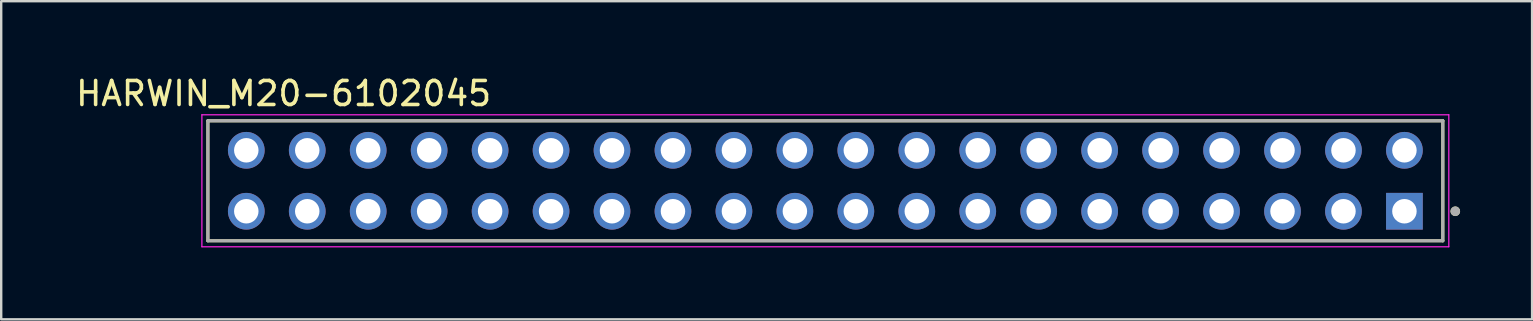
<source format=kicad_pcb>
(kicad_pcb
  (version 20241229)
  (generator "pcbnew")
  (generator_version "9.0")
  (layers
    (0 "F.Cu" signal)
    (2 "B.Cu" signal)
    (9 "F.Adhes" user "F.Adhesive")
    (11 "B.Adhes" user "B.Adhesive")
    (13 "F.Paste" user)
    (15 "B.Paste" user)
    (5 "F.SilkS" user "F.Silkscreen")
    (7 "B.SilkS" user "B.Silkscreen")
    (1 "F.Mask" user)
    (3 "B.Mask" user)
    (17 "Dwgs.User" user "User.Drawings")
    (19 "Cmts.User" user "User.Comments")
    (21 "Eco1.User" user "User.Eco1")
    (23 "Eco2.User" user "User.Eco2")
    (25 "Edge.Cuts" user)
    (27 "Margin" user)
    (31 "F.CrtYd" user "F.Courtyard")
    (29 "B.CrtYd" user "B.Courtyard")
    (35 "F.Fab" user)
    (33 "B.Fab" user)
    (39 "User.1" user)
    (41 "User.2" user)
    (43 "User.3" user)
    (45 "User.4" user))
  (footprint "HARWIN_M20-6102045"
    (layer "F.Cu")
    (at 31.343 4.483)
    (property "Reference" "HARWIN_M20-6102045" (at -22.575 -3.635 0) (layer "F.SilkS") (effects (font (size 1 1) (thickness 0.15))))
    (attr through_hole)
    (fp_line (start -25.73 -2.5) (end 25.73 -2.5) (stroke (width 0.127) (type solid)) (layer "F.SilkS"))
    (fp_line (start -25.73 2.5) (end -25.73 -2.5) (stroke (width 0.127) (type solid)) (layer "F.SilkS"))
    (fp_line (start 25.73 -2.5) (end 25.73 2.5) (stroke (width 0.127) (type solid)) (layer "F.SilkS"))
    (fp_line (start 25.73 2.5) (end -25.73 2.5) (stroke (width 0.127) (type solid)) (layer "F.SilkS"))
    (fp_circle (center 26.25 1.27) (end 26.35 1.27) (stroke (width 0.2) (type solid)) (fill no) (layer "F.SilkS"))
    (fp_line (start -25.98 -2.75) (end 25.98 -2.75) (stroke (width 0.05) (type solid)) (layer "F.CrtYd"))
    (fp_line (start -25.98 2.75) (end -25.98 -2.75) (stroke (width 0.05) (type solid)) (layer "F.CrtYd"))
    (fp_line (start 25.98 -2.75) (end 25.98 2.75) (stroke (width 0.05) (type solid)) (layer "F.CrtYd"))
    (fp_line (start 25.98 2.75) (end -25.98 2.75) (stroke (width 0.05) (type solid)) (layer "F.CrtYd"))
    (fp_line (start -25.73 -2.5) (end 25.73 -2.5) (stroke (width 0.127) (type solid)) (layer "F.Fab"))
    (fp_line (start -25.73 2.5) (end -25.73 -2.5) (stroke (width 0.127) (type solid)) (layer "F.Fab"))
    (fp_line (start 25.73 -2.5) (end 25.73 2.5) (stroke (width 0.127) (type solid)) (layer "F.Fab"))
    (fp_line (start 25.73 2.5) (end -25.73 2.5) (stroke (width 0.127) (type solid)) (layer "F.Fab"))
    (fp_circle (center 26.25 1.27) (end 26.35 1.27) (stroke (width 0.2) (type solid)) (fill no) (layer "F.Fab"))
    (pad "1" thru_hole rect (at 24.13 1.27) (size 1.53 1.53) (drill 1.02) (layers "*.Cu" "*.Mask"))
    (pad "2" thru_hole circle (at 24.13 -1.27) (size 1.53 1.53) (drill 1.02) (layers "*.Cu" "*.Mask"))
    (pad "3" thru_hole circle (at 21.59 1.27) (size 1.53 1.53) (drill 1.02) (layers "*.Cu" "*.Mask"))
    (pad "4" thru_hole circle (at 21.59 -1.27) (size 1.53 1.53) (drill 1.02) (layers "*.Cu" "*.Mask"))
    (pad "5" thru_hole circle (at 19.05 1.27) (size 1.53 1.53) (drill 1.02) (layers "*.Cu" "*.Mask"))
    (pad "6" thru_hole circle (at 19.05 -1.27) (size 1.53 1.53) (drill 1.02) (layers "*.Cu" "*.Mask"))
    (pad "7" thru_hole circle (at 16.51 1.27) (size 1.53 1.53) (drill 1.02) (layers "*.Cu" "*.Mask"))
    (pad "8" thru_hole circle (at 16.51 -1.27) (size 1.53 1.53) (drill 1.02) (layers "*.Cu" "*.Mask"))
    (pad "9" thru_hole circle (at 13.97 1.27) (size 1.53 1.53) (drill 1.02) (layers "*.Cu" "*.Mask"))
    (pad "10" thru_hole circle (at 13.97 -1.27) (size 1.53 1.53) (drill 1.02) (layers "*.Cu" "*.Mask"))
    (pad "11" thru_hole circle (at 11.43 1.27) (size 1.53 1.53) (drill 1.02) (layers "*.Cu" "*.Mask"))
    (pad "12" thru_hole circle (at 11.43 -1.27) (size 1.53 1.53) (drill 1.02) (layers "*.Cu" "*.Mask"))
    (pad "13" thru_hole circle (at 8.89 1.27) (size 1.53 1.53) (drill 1.02) (layers "*.Cu" "*.Mask"))
    (pad "14" thru_hole circle (at 8.89 -1.27) (size 1.53 1.53) (drill 1.02) (layers "*.Cu" "*.Mask"))
    (pad "15" thru_hole circle (at 6.35 1.27) (size 1.53 1.53) (drill 1.02) (layers "*.Cu" "*.Mask"))
    (pad "16" thru_hole circle (at 6.35 -1.27) (size 1.53 1.53) (drill 1.02) (layers "*.Cu" "*.Mask"))
    (pad "17" thru_hole circle (at 3.81 1.27) (size 1.53 1.53) (drill 1.02) (layers "*.Cu" "*.Mask"))
    (pad "18" thru_hole circle (at 3.81 -1.27) (size 1.53 1.53) (drill 1.02) (layers "*.Cu" "*.Mask"))
    (pad "19" thru_hole circle (at 1.27 1.27) (size 1.53 1.53) (drill 1.02) (layers "*.Cu" "*.Mask"))
    (pad "20" thru_hole circle (at 1.27 -1.27) (size 1.53 1.53) (drill 1.02) (layers "*.Cu" "*.Mask"))
    (pad "21" thru_hole circle (at -1.27 1.27) (size 1.53 1.53) (drill 1.02) (layers "*.Cu" "*.Mask"))
    (pad "22" thru_hole circle (at -1.27 -1.27) (size 1.53 1.53) (drill 1.02) (layers "*.Cu" "*.Mask"))
    (pad "23" thru_hole circle (at -3.81 1.27) (size 1.53 1.53) (drill 1.02) (layers "*.Cu" "*.Mask"))
    (pad "24" thru_hole circle (at -3.81 -1.27) (size 1.53 1.53) (drill 1.02) (layers "*.Cu" "*.Mask"))
    (pad "25" thru_hole circle (at -6.35 1.27) (size 1.53 1.53) (drill 1.02) (layers "*.Cu" "*.Mask"))
    (pad "26" thru_hole circle (at -6.35 -1.27) (size 1.53 1.53) (drill 1.02) (layers "*.Cu" "*.Mask"))
    (pad "27" thru_hole circle (at -8.89 1.27) (size 1.53 1.53) (drill 1.02) (layers "*.Cu" "*.Mask"))
    (pad "28" thru_hole circle (at -8.89 -1.27) (size 1.53 1.53) (drill 1.02) (layers "*.Cu" "*.Mask"))
    (pad "29" thru_hole circle (at -11.43 1.27) (size 1.53 1.53) (drill 1.02) (layers "*.Cu" "*.Mask"))
    (pad "30" thru_hole circle (at -11.43 -1.27) (size 1.53 1.53) (drill 1.02) (layers "*.Cu" "*.Mask"))
    (pad "31" thru_hole circle (at -13.97 1.27) (size 1.53 1.53) (drill 1.02) (layers "*.Cu" "*.Mask"))
    (pad "32" thru_hole circle (at -13.97 -1.27) (size 1.53 1.53) (drill 1.02) (layers "*.Cu" "*.Mask"))
    (pad "33" thru_hole circle (at -16.51 1.27) (size 1.53 1.53) (drill 1.02) (layers "*.Cu" "*.Mask"))
    (pad "34" thru_hole circle (at -16.51 -1.27) (size 1.53 1.53) (drill 1.02) (layers "*.Cu" "*.Mask"))
    (pad "35" thru_hole circle (at -19.05 1.27) (size 1.53 1.53) (drill 1.02) (layers "*.Cu" "*.Mask"))
    (pad "36" thru_hole circle (at -19.05 -1.27) (size 1.53 1.53) (drill 1.02) (layers "*.Cu" "*.Mask"))
    (pad "37" thru_hole circle (at -21.59 1.27) (size 1.53 1.53) (drill 1.02) (layers "*.Cu" "*.Mask"))
    (pad "38" thru_hole circle (at -21.59 -1.27) (size 1.53 1.53) (drill 1.02) (layers "*.Cu" "*.Mask"))
    (pad "39" thru_hole circle (at -24.13 1.27) (size 1.53 1.53) (drill 1.02) (layers "*.Cu" "*.Mask"))
    (pad "40" thru_hole circle (at -24.13 -1.27) (size 1.53 1.53) (drill 1.02) (layers "*.Cu" "*.Mask")))
  (gr_rect
    (start -3 -3)
    (end 60.793 10.258)
    (stroke (width 0.1) (type default))
    (fill no)
    (layer "Edge.Cuts")))
</source>
